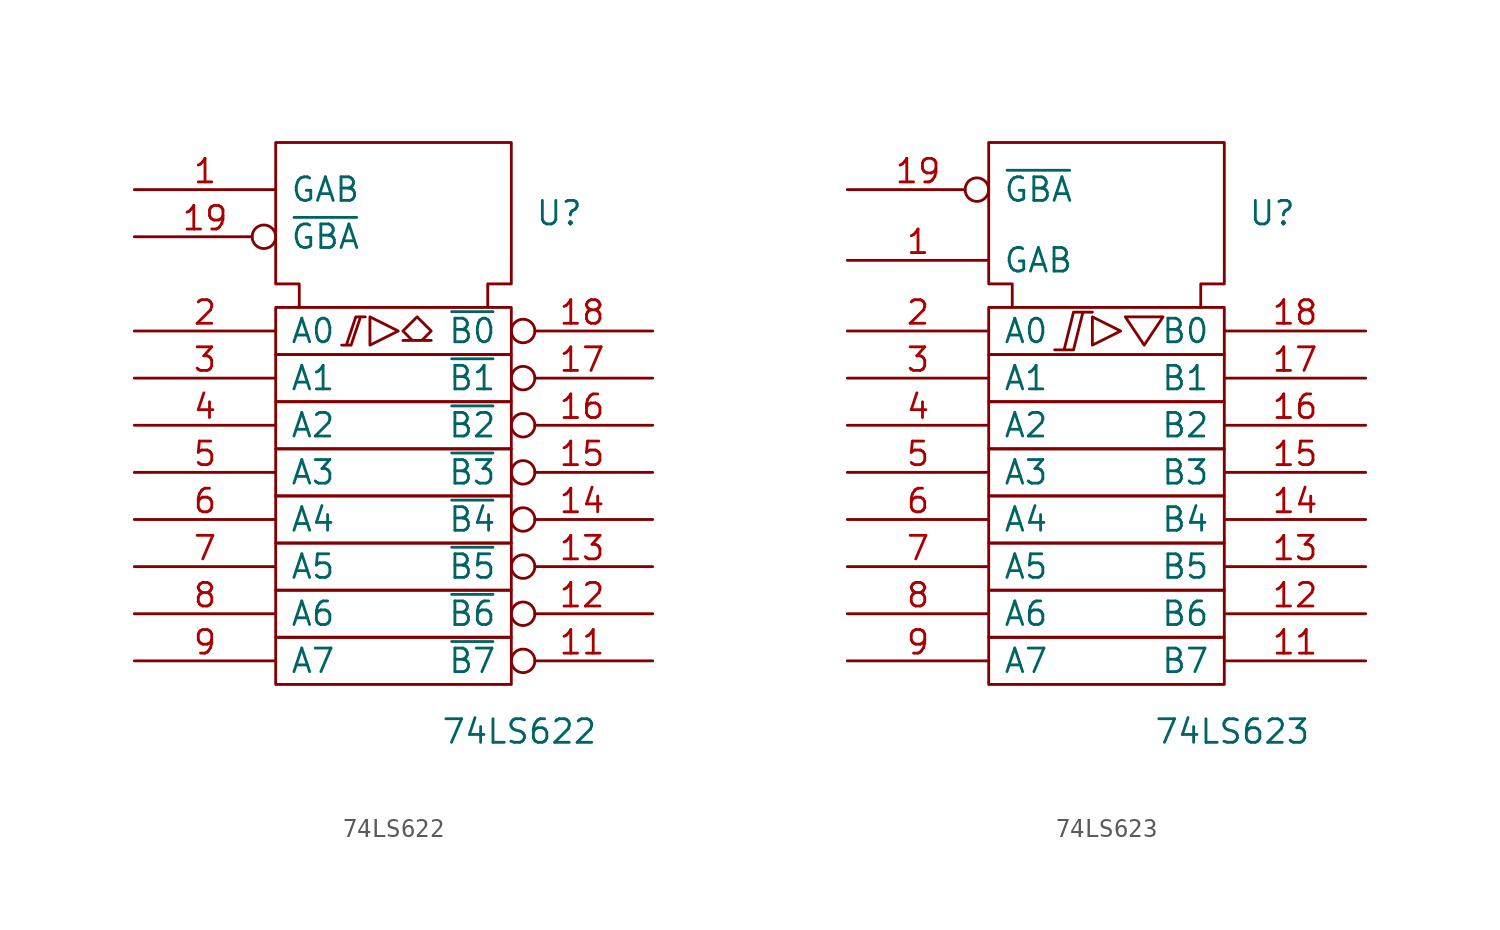
<source format=kicad_sym>
(kicad_symbol_lib
  (version 20200908)
  (generator kicad_symbol_editor)
  (symbol "74xx_IEEE:74LS622"
    (pin_names
      (offset 0.762))
    (property "Reference" "U"
      (at 7.62 12.7 0)
      (effects (font (size 1.27 1.27)) (justify left)))
    (property "Value" "74LS622"
      (at 2.54 -15.24 0)
      (effects (font (size 1.27 1.27)) (justify left)))
    (symbol "74LS622_0_1"
      (rectangle (start -6.35 -10.16) (end 6.35 -12.7) (stroke (width 0)) (fill (type none)))
      (rectangle (start -6.35 -7.62) (end 6.35 -10.16) (stroke (width 0)) (fill (type none)))
      (rectangle (start -6.35 -5.08) (end 6.35 -7.62) (stroke (width 0)) (fill (type none)))
      (rectangle (start -6.35 -2.54) (end 6.35 -5.08) (stroke (width 0)) (fill (type none)))
      (rectangle (start -6.35 0) (end 6.35 -2.54) (stroke (width 0)) (fill (type none)))
      (rectangle (start -6.35 2.54) (end 6.35 0) (stroke (width 0)) (fill (type none)))
      (rectangle (start -6.35 5.08) (end 6.35 2.54) (stroke (width 0)) (fill (type none)))
      (rectangle (start -6.35 7.62) (end 6.35 5.08) (stroke (width 0)) (fill (type none)))
      (polyline (pts (xy -5.08 7.62) (xy -5.08 8.89) (xy -6.35 8.89) (xy -6.35 16.51) (xy 6.35 16.51) (xy 6.35 8.89) (xy 5.08 8.89) (xy 5.08 7.62) (xy 5.08 7.62)) (stroke (width 0)) (fill (type none))))
    (symbol "74LS622_0_0"
      (polyline (pts (xy -1.27 7.112) (xy -1.27 5.588) (xy 0.254 6.35) (xy -1.27 7.112) (xy -1.27 7.112)) (stroke (width 0)) (fill (type none)))
      (polyline (pts (xy -2.286 5.588) (xy -2.794 5.588) (xy -2.286 5.588) (xy -1.778 7.112) (xy -1.524 7.112) (xy -2.032 7.112) (xy -2.54 5.588) (xy -2.54 5.588)) (stroke (width 0)) (fill (type none)))
      (polyline (pts (xy 1.27 7.112) (xy 2.032 6.35) (xy 1.524 5.842) (xy 2.032 5.842) (xy 0.508 5.842) (xy 1.016 5.842) (xy 0.508 6.35) (xy 1.27 7.112) (xy 1.27 7.112)) (stroke (width 0)) (fill (type none)))
      (pin power_in line (at 1.27 16.51 270) (length 0) hide (name "GND" (effects (font (size 1.27 1.27)))) (number "10" (effects (font (size 1.27 1.27)))))
      (pin power_in line (at 5.08 16.51 270) (length 0) hide (name "VCC" (effects (font (size 1.27 1.27)))) (number "20" (effects (font (size 1.27 1.27))))))
    (symbol "74LS622_1_1"
      (pin input line (at -13.97 13.97 0) (length 7.62) (name "GAB" (effects (font (size 1.27 1.27)))) (number "1" (effects (font (size 1.27 1.27)))))
      (pin tri_state inverted (at 13.97 -11.43 180) (length 7.62) (name "~B7" (effects (font (size 1.27 1.27)))) (number "11" (effects (font (size 1.27 1.27)))))
      (pin tri_state inverted (at 13.97 -8.89 180) (length 7.62) (name "~B6" (effects (font (size 1.27 1.27)))) (number "12" (effects (font (size 1.27 1.27)))))
      (pin tri_state inverted (at 13.97 -6.35 180) (length 7.62) (name "~B5" (effects (font (size 1.27 1.27)))) (number "13" (effects (font (size 1.27 1.27)))))
      (pin tri_state inverted (at 13.97 -3.81 180) (length 7.62) (name "~B4" (effects (font (size 1.27 1.27)))) (number "14" (effects (font (size 1.27 1.27)))))
      (pin tri_state inverted (at 13.97 -1.27 180) (length 7.62) (name "~B3" (effects (font (size 1.27 1.27)))) (number "15" (effects (font (size 1.27 1.27)))))
      (pin tri_state inverted (at 13.97 1.27 180) (length 7.62) (name "~B2" (effects (font (size 1.27 1.27)))) (number "16" (effects (font (size 1.27 1.27)))))
      (pin tri_state inverted (at 13.97 3.81 180) (length 7.62) (name "~B1" (effects (font (size 1.27 1.27)))) (number "17" (effects (font (size 1.27 1.27)))))
      (pin tri_state inverted (at 13.97 6.35 180) (length 7.62) (name "~B0" (effects (font (size 1.27 1.27)))) (number "18" (effects (font (size 1.27 1.27)))))
      (pin input inverted (at -13.97 11.43 0) (length 7.62) (name "~GBA" (effects (font (size 1.27 1.27)))) (number "19" (effects (font (size 1.27 1.27)))))
      (pin tri_state line (at -13.97 6.35 0) (length 7.62) (name "A0" (effects (font (size 1.27 1.27)))) (number "2" (effects (font (size 1.27 1.27)))))
      (pin tri_state line (at -13.97 3.81 0) (length 7.62) (name "A1" (effects (font (size 1.27 1.27)))) (number "3" (effects (font (size 1.27 1.27)))))
      (pin tri_state line (at -13.97 1.27 0) (length 7.62) (name "A2" (effects (font (size 1.27 1.27)))) (number "4" (effects (font (size 1.27 1.27)))))
      (pin tri_state line (at -13.97 -1.27 0) (length 7.62) (name "A3" (effects (font (size 1.27 1.27)))) (number "5" (effects (font (size 1.27 1.27)))))
      (pin tri_state line (at -13.97 -3.81 0) (length 7.62) (name "A4" (effects (font (size 1.27 1.27)))) (number "6" (effects (font (size 1.27 1.27)))))
      (pin tri_state line (at -13.97 -6.35 0) (length 7.62) (name "A5" (effects (font (size 1.27 1.27)))) (number "7" (effects (font (size 1.27 1.27)))))
      (pin tri_state line (at -13.97 -8.89 0) (length 7.62) (name "A6" (effects (font (size 1.27 1.27)))) (number "8" (effects (font (size 1.27 1.27)))))
      (pin tri_state line (at -13.97 -11.43 0) (length 7.62) (name "A7" (effects (font (size 1.27 1.27)))) (number "9" (effects (font (size 1.27 1.27)))))))
  (symbol "74xx_IEEE:74LS623"
    (pin_names
      (offset 0.762))
    (property "Reference" "U"
      (at 7.62 19.05 0)
      (effects (font (size 1.27 1.27)) (justify left)))
    (property "Value" "74LS623"
      (at 2.54 -8.89 0)
      (effects (font (size 1.27 1.27)) (justify left)))
    (symbol "74LS623_0_1"
      (rectangle (start -6.35 -3.81) (end 6.35 -6.35) (stroke (width 0)) (fill (type none)))
      (rectangle (start -6.35 -1.27) (end 6.35 -3.81) (stroke (width 0)) (fill (type none)))
      (rectangle (start -6.35 1.27) (end 6.35 -1.27) (stroke (width 0)) (fill (type none)))
      (rectangle (start -6.35 3.81) (end 6.35 1.27) (stroke (width 0)) (fill (type none)))
      (rectangle (start -6.35 6.35) (end 6.35 3.81) (stroke (width 0)) (fill (type none)))
      (rectangle (start -6.35 8.89) (end 6.35 6.35) (stroke (width 0)) (fill (type none)))
      (rectangle (start -6.35 11.43) (end 6.35 8.89) (stroke (width 0)) (fill (type none)))
      (rectangle (start -6.35 13.97) (end 6.35 11.43) (stroke (width 0)) (fill (type none)))
      (polyline (pts (xy -5.08 13.97) (xy -5.08 15.24) (xy -6.35 15.24) (xy -6.35 22.86) (xy 6.35 22.86) (xy 6.35 15.24) (xy 5.08 15.24) (xy 5.08 13.97) (xy 5.08 13.97)) (stroke (width 0)) (fill (type none))))
    (symbol "74LS623_0_0"
      (polyline (pts (xy -0.762 13.462) (xy -0.762 11.938) (xy 0.762 12.7) (xy -0.762 13.462) (xy -0.762 13.462)) (stroke (width 0)) (fill (type none)))
      (polyline (pts (xy 1.016 13.462) (xy 3.048 13.462) (xy 2.032 11.938) (xy 1.016 13.462) (xy 1.016 13.462)) (stroke (width 0)) (fill (type none)))
      (polyline (pts (xy -2.794 11.684) (xy -1.778 11.684) (xy -1.27 13.716) (xy -0.762 13.716) (xy -1.778 13.716) (xy -2.286 11.684) (xy -2.286 11.684)) (stroke (width 0)) (fill (type none)))
      (pin power_in line (at 1.27 22.86 270) (length 0) hide (name "GND" (effects (font (size 1.27 1.27)))) (number "10" (effects (font (size 1.27 1.27)))))
      (pin power_in line (at 5.08 22.86 270) (length 0) hide (name "VCC" (effects (font (size 1.27 1.27)))) (number "20" (effects (font (size 1.27 1.27))))))
    (symbol "74LS623_1_1"
      (pin input line (at -13.97 16.51 0) (length 7.62) (name "GAB" (effects (font (size 1.27 1.27)))) (number "1" (effects (font (size 1.27 1.27)))))
      (pin tri_state line (at 13.97 -5.08 180) (length 7.62) (name "B7" (effects (font (size 1.27 1.27)))) (number "11" (effects (font (size 1.27 1.27)))))
      (pin tri_state line (at 13.97 -2.54 180) (length 7.62) (name "B6" (effects (font (size 1.27 1.27)))) (number "12" (effects (font (size 1.27 1.27)))))
      (pin tri_state line (at 13.97 0 180) (length 7.62) (name "B5" (effects (font (size 1.27 1.27)))) (number "13" (effects (font (size 1.27 1.27)))))
      (pin tri_state line (at 13.97 2.54 180) (length 7.62) (name "B4" (effects (font (size 1.27 1.27)))) (number "14" (effects (font (size 1.27 1.27)))))
      (pin tri_state line (at 13.97 5.08 180) (length 7.62) (name "B3" (effects (font (size 1.27 1.27)))) (number "15" (effects (font (size 1.27 1.27)))))
      (pin tri_state line (at 13.97 7.62 180) (length 7.62) (name "B2" (effects (font (size 1.27 1.27)))) (number "16" (effects (font (size 1.27 1.27)))))
      (pin tri_state line (at 13.97 10.16 180) (length 7.62) (name "B1" (effects (font (size 1.27 1.27)))) (number "17" (effects (font (size 1.27 1.27)))))
      (pin tri_state line (at 13.97 12.7 180) (length 7.62) (name "B0" (effects (font (size 1.27 1.27)))) (number "18" (effects (font (size 1.27 1.27)))))
      (pin input inverted (at -13.97 20.32 0) (length 7.62) (name "~GBA" (effects (font (size 1.27 1.27)))) (number "19" (effects (font (size 1.27 1.27)))))
      (pin tri_state line (at -13.97 12.7 0) (length 7.62) (name "A0" (effects (font (size 1.27 1.27)))) (number "2" (effects (font (size 1.27 1.27)))))
      (pin tri_state line (at -13.97 10.16 0) (length 7.62) (name "A1" (effects (font (size 1.27 1.27)))) (number "3" (effects (font (size 1.27 1.27)))))
      (pin tri_state line (at -13.97 7.62 0) (length 7.62) (name "A2" (effects (font (size 1.27 1.27)))) (number "4" (effects (font (size 1.27 1.27)))))
      (pin tri_state line (at -13.97 5.08 0) (length 7.62) (name "A3" (effects (font (size 1.27 1.27)))) (number "5" (effects (font (size 1.27 1.27)))))
      (pin tri_state line (at -13.97 2.54 0) (length 7.62) (name "A4" (effects (font (size 1.27 1.27)))) (number "6" (effects (font (size 1.27 1.27)))))
      (pin tri_state line (at -13.97 0 0) (length 7.62) (name "A5" (effects (font (size 1.27 1.27)))) (number "7" (effects (font (size 1.27 1.27)))))
      (pin tri_state line (at -13.97 -2.54 0) (length 7.62) (name "A6" (effects (font (size 1.27 1.27)))) (number "8" (effects (font (size 1.27 1.27)))))
      (pin tri_state line (at -13.97 -5.08 0) (length 7.62) (name "A7" (effects (font (size 1.27 1.27)))) (number "9" (effects (font (size 1.27 1.27))))))))
</source>
